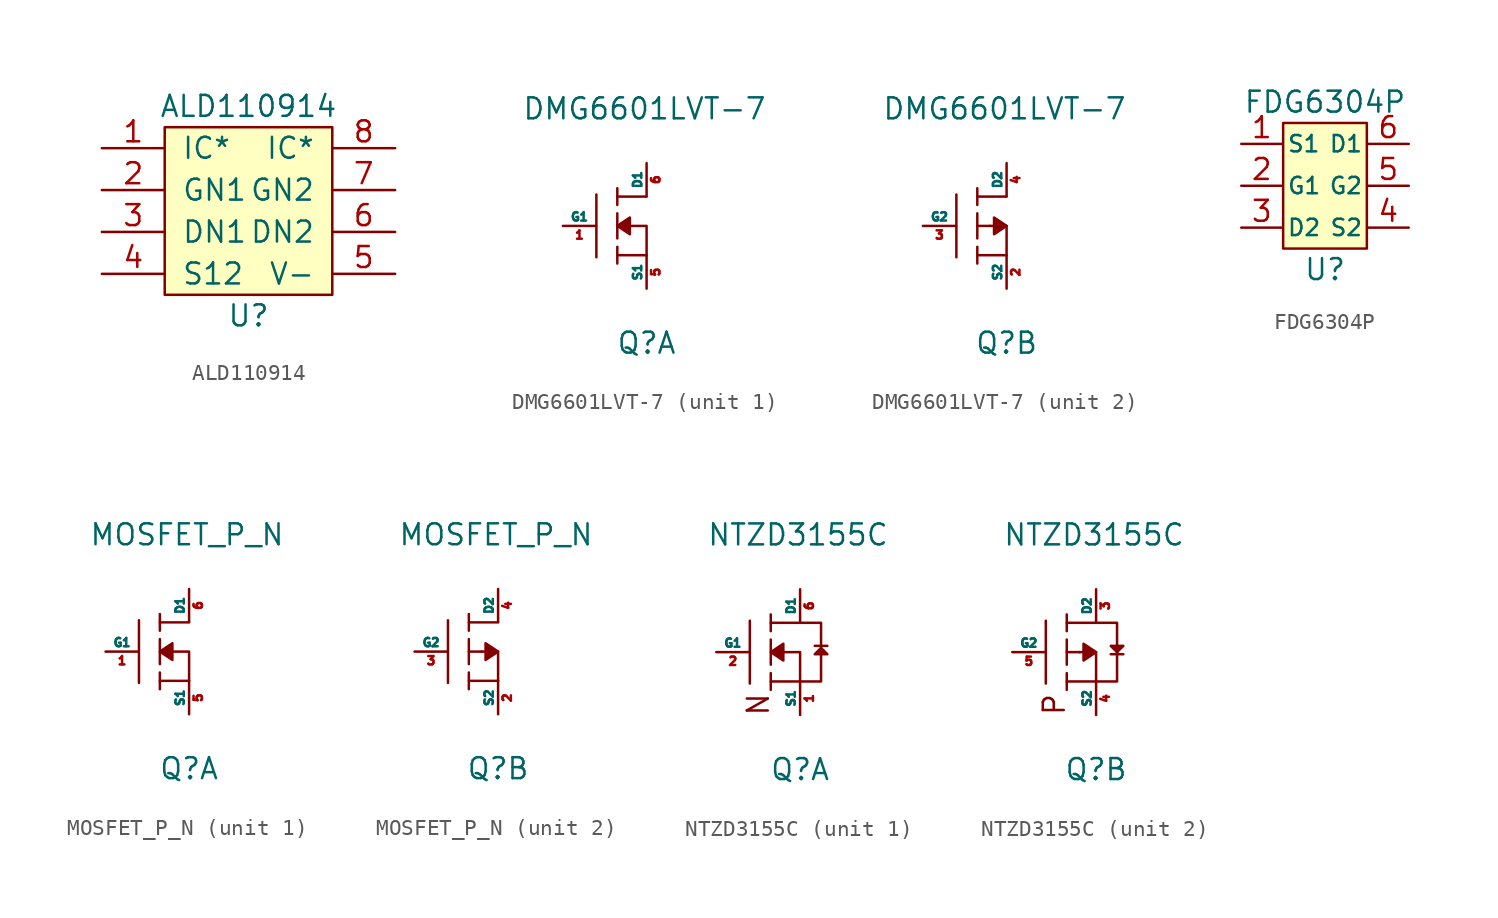
<source format=kicad_sym>
(kicad_symbol_lib
  (version 20211014)
  (generator kicad_symbol_editor)
  (symbol "ALD110914"
    (pin_names
      (offset 1.016))
    (property "Reference" "U"
      (at 0 -6.35 0)
      (effects (font (size 1.27 1.27))))
    (property "Value" "ALD110914"
      (at 0 6.35 0)
      (effects (font (size 1.27 1.27))))
    (symbol "ALD110914_0_1"
      (rectangle (start -5.08 5.08) (end 5.08 -5.08) (stroke (width 0) (type default) (color 0 0 0 0)) (fill (type background))))
    (symbol "ALD110914_1_1"
      (pin passive line (at -8.89 3.81 0) (length 3.81) (name "IC*" (effects (font (size 1.27 1.27)))) (number "1" (effects (font (size 1.27 1.27)))))
      (pin passive line (at -8.89 1.27 0) (length 3.81) (name "GN1" (effects (font (size 1.27 1.27)))) (number "2" (effects (font (size 1.27 1.27)))))
      (pin passive line (at -8.89 -1.27 0) (length 3.81) (name "DN1" (effects (font (size 1.27 1.27)))) (number "3" (effects (font (size 1.27 1.27)))))
      (pin passive line (at -8.89 -3.81 0) (length 3.81) (name "S12" (effects (font (size 1.27 1.27)))) (number "4" (effects (font (size 1.27 1.27)))))
      (pin passive line (at 8.89 -3.81 180) (length 3.81) (name "V-" (effects (font (size 1.27 1.27)))) (number "5" (effects (font (size 1.27 1.27)))))
      (pin passive line (at 8.89 -1.27 180) (length 3.81) (name "DN2" (effects (font (size 1.27 1.27)))) (number "6" (effects (font (size 1.27 1.27)))))
      (pin passive line (at 8.89 1.27 180) (length 3.81) (name "GN2" (effects (font (size 1.27 1.27)))) (number "7" (effects (font (size 1.27 1.27)))))
      (pin passive line (at 8.89 3.81 180) (length 3.81) (name "IC*" (effects (font (size 1.27 1.27)))) (number "8" (effects (font (size 1.27 1.27)))))))
  (symbol "DMG6601LVT-7"
    (pin_names
      (offset 0))
    (property "Reference" "Q"
      (at 0 -7.112 0)
      (effects (font (size 1.27 1.27))))
    (property "Value" "DMG6601LVT-7"
      (at -0.127 7.112 0)
      (effects (font (size 1.27 1.27))))
    (symbol "DMG6601LVT-7_0_1"
      (polyline (pts (xy -3.048 1.905) (xy -3.048 -1.905)) (stroke (width 0) (type default) (color 0 0 0 0)) (fill (type none)))
      (polyline (pts (xy -1.778 -1.27) (xy -1.778 -2.286)) (stroke (width 0) (type default) (color 0 0 0 0)) (fill (type none)))
      (polyline (pts (xy -1.778 0.762) (xy -1.778 -0.762)) (stroke (width 0) (type default) (color 0 0 0 0)) (fill (type none)))
      (polyline (pts (xy -1.778 1.27) (xy -1.778 2.286)) (stroke (width 0) (type default) (color 0 0 0 0)) (fill (type none)))
      (polyline (pts (xy 0 -1.778) (xy -1.778 -1.778)) (stroke (width 0) (type default) (color 0 0 0 0)) (fill (type none)))
      (polyline (pts (xy 0 1.778) (xy -1.778 1.778)) (stroke (width 0) (type default) (color 0 0 0 0)) (fill (type none)))
      (polyline (pts (xy -1.016 0) (xy 0 0) (xy 0 -1.778)) (stroke (width 0) (type default) (color 0 0 0 0)) (fill (type none))))
    (symbol "DMG6601LVT-7_1_1"
      (polyline (pts (xy -1.778 0) (xy -1.016 0.508) (xy -1.016 -0.508) (xy -1.778 0)) (stroke (width 0) (type default) (color 0 0 0 0)) (fill (type outline)))
      (pin input line (at -5.08 0 0) (length 2.007) (name "G1" (effects (font (size 0.508 0.508)))) (number "1" (effects (font (size 0.508 0.508)))))
      (pin passive line (at 0 -3.81 90) (length 2.007) (name "S1" (effects (font (size 0.508 0.508)))) (number "5" (effects (font (size 0.508 0.508)))))
      (pin passive line (at 0 3.81 270) (length 2.007) (name "D1" (effects (font (size 0.508 0.508)))) (number "6" (effects (font (size 0.508 0.508))))))
    (symbol "DMG6601LVT-7_2_1"
      (polyline (pts (xy -1.016 0) (xy -1.778 0)) (stroke (width 0) (type default) (color 0 0 0 0)) (fill (type none)))
      (polyline (pts (xy 0 0) (xy -0.762 0.508) (xy -0.762 -0.508) (xy 0 0)) (stroke (width 0) (type default) (color 0 0 0 0)) (fill (type outline)))
      (pin passive line (at 0 -3.81 90) (length 2.007) (name "S2" (effects (font (size 0.508 0.508)))) (number "2" (effects (font (size 0.508 0.508)))))
      (pin input line (at -5.08 0 0) (length 2.007) (name "G2" (effects (font (size 0.508 0.508)))) (number "3" (effects (font (size 0.508 0.508)))))
      (pin passive line (at 0 3.81 270) (length 2.007) (name "D2" (effects (font (size 0.508 0.508)))) (number "4" (effects (font (size 0.508 0.508)))))))
  (symbol "FDG6304P"
    (pin_names
      (offset 0.254))
    (property "Reference" "U"
      (at 0 -5.08 0)
      (effects (font (size 1.27 1.27))))
    (property "Value" "FDG6304P"
      (at 0 5.08 0)
      (effects (font (size 1.27 1.27))))
    (symbol "FDG6304P_0_1"
      (rectangle (start -2.54 3.81) (end 2.54 -3.81) (stroke (width 0) (type default) (color 0 0 0 0)) (fill (type background))))
    (symbol "FDG6304P_1_1"
      (pin passive line (at -5.08 2.54 0) (length 2.489) (name "S1" (effects (font (size 0.991 0.991)))) (number "1" (effects (font (size 1.27 1.27)))))
      (pin passive line (at -5.08 0 0) (length 2.489) (name "G1" (effects (font (size 0.991 0.991)))) (number "2" (effects (font (size 1.27 1.27)))))
      (pin passive line (at -5.08 -2.54 0) (length 2.489) (name "D2" (effects (font (size 0.991 0.991)))) (number "3" (effects (font (size 1.27 1.27)))))
      (pin passive line (at 5.08 -2.54 180) (length 2.489) (name "S2" (effects (font (size 0.991 0.991)))) (number "4" (effects (font (size 1.27 1.27)))))
      (pin passive line (at 5.08 0 180) (length 2.489) (name "G2" (effects (font (size 0.991 0.991)))) (number "5" (effects (font (size 1.27 1.27)))))
      (pin passive line (at 5.08 2.54 180) (length 2.489) (name "D1" (effects (font (size 0.991 0.991)))) (number "6" (effects (font (size 1.27 1.27)))))))
  (symbol "MOSFET_P_N"
    (pin_names
      (offset 0))
    (property "Reference" "Q"
      (at 0 -7.112 0)
      (effects (font (size 1.27 1.27))))
    (property "Value" "MOSFET_P_N"
      (at -0.127 7.112 0)
      (effects (font (size 1.27 1.27))))
    (symbol "MOSFET_P_N_0_1"
      (polyline (pts (xy -3.048 1.905) (xy -3.048 -1.905)) (stroke (width 0) (type default) (color 0 0 0 0)) (fill (type none)))
      (polyline (pts (xy -1.778 -1.27) (xy -1.778 -2.286)) (stroke (width 0) (type default) (color 0 0 0 0)) (fill (type none)))
      (polyline (pts (xy -1.778 0.762) (xy -1.778 -0.762)) (stroke (width 0) (type default) (color 0 0 0 0)) (fill (type none)))
      (polyline (pts (xy -1.778 1.27) (xy -1.778 2.286)) (stroke (width 0) (type default) (color 0 0 0 0)) (fill (type none)))
      (polyline (pts (xy 0 -1.778) (xy -1.778 -1.778)) (stroke (width 0) (type default) (color 0 0 0 0)) (fill (type none)))
      (polyline (pts (xy 0 1.778) (xy -1.778 1.778)) (stroke (width 0) (type default) (color 0 0 0 0)) (fill (type none)))
      (polyline (pts (xy -1.016 0) (xy 0 0) (xy 0 -1.778)) (stroke (width 0) (type default) (color 0 0 0 0)) (fill (type none))))
    (symbol "MOSFET_P_N_1_1"
      (polyline (pts (xy -1.778 0) (xy -1.016 0.508) (xy -1.016 -0.508) (xy -1.778 0)) (stroke (width 0) (type default) (color 0 0 0 0)) (fill (type outline)))
      (pin input line (at -5.08 0 0) (length 2.007) (name "G1" (effects (font (size 0.508 0.508)))) (number "1" (effects (font (size 0.508 0.508)))))
      (pin passive line (at 0 -3.81 90) (length 2.007) (name "S1" (effects (font (size 0.508 0.508)))) (number "5" (effects (font (size 0.508 0.508)))))
      (pin passive line (at 0 3.81 270) (length 2.007) (name "D1" (effects (font (size 0.508 0.508)))) (number "6" (effects (font (size 0.508 0.508))))))
    (symbol "MOSFET_P_N_2_1"
      (polyline (pts (xy -1.016 0) (xy -1.778 0)) (stroke (width 0) (type default) (color 0 0 0 0)) (fill (type none)))
      (polyline (pts (xy 0 0) (xy -0.762 0.508) (xy -0.762 -0.508) (xy 0 0)) (stroke (width 0) (type default) (color 0 0 0 0)) (fill (type outline)))
      (pin passive line (at 0 -3.81 90) (length 2.007) (name "S2" (effects (font (size 0.508 0.508)))) (number "2" (effects (font (size 0.508 0.508)))))
      (pin input line (at -5.08 0 0) (length 2.007) (name "G2" (effects (font (size 0.508 0.508)))) (number "3" (effects (font (size 0.508 0.508)))))
      (pin passive line (at 0 3.81 270) (length 2.007) (name "D2" (effects (font (size 0.508 0.508)))) (number "4" (effects (font (size 0.508 0.508)))))))
  (symbol "NTZD3155C"
    (pin_names
      (offset 0))
    (property "Reference" "Q"
      (at 0 -7.112 0)
      (effects (font (size 1.27 1.27))))
    (property "Value" "NTZD3155C"
      (at -0.127 7.112 0)
      (effects (font (size 1.27 1.27))))
    (symbol "NTZD3155C_0_1"
      (polyline (pts (xy -3.048 1.905) (xy -3.048 -1.905)) (stroke (width 0) (type default) (color 0 0 0 0)) (fill (type none)))
      (polyline (pts (xy -1.778 -1.27) (xy -1.778 -2.286)) (stroke (width 0) (type default) (color 0 0 0 0)) (fill (type none)))
      (polyline (pts (xy -1.778 0.762) (xy -1.778 -0.762)) (stroke (width 0) (type default) (color 0 0 0 0)) (fill (type none)))
      (polyline (pts (xy -1.778 1.27) (xy -1.778 2.286)) (stroke (width 0) (type default) (color 0 0 0 0)) (fill (type none)))
      (polyline (pts (xy 0 -1.778) (xy -1.778 -1.778)) (stroke (width 0) (type default) (color 0 0 0 0)) (fill (type none)))
      (polyline (pts (xy 0 1.778) (xy -1.778 1.778)) (stroke (width 0) (type default) (color 0 0 0 0)) (fill (type none)))
      (polyline (pts (xy -1.016 0) (xy 0 0) (xy 0 -1.778)) (stroke (width 0) (type default) (color 0 0 0 0)) (fill (type none)))
      (polyline (pts (xy 0 1.778) (xy 1.27 1.778) (xy 1.27 -1.778) (xy 0 -1.778)) (stroke (width 0) (type default) (color 0 0 0 0)) (fill (type none))))
    (symbol "NTZD3155C_1_1"
      (polyline (pts (xy 1.143 0) (xy 1.397 0)) (stroke (width 0) (type default) (color 0 0 0 0)) (fill (type none)))
      (polyline (pts (xy 1.651 0.381) (xy 0.889 0.381)) (stroke (width 0) (type default) (color 0 0 0 0)) (fill (type none)))
      (polyline (pts (xy -1.778 0) (xy -1.016 0.508) (xy -1.016 -0.508) (xy -1.778 0)) (stroke (width 0) (type default) (color 0 0 0 0)) (fill (type outline)))
      (polyline (pts (xy 1.27 0.254) (xy 1.651 -0.127) (xy 0.889 -0.127) (xy 1.27 0.254)) (stroke (width 0) (type default) (color 0 0 0 0)) (fill (type none)))
      (text "N" (at -2.54 -3.175 900) (effects (font (size 1.27 1.27))))
      (pin passive line (at 0 -3.81 90) (length 2.007) (name "S1" (effects (font (size 0.508 0.508)))) (number "1" (effects (font (size 0.508 0.508)))))
      (pin input line (at -5.08 0 0) (length 2.007) (name "G1" (effects (font (size 0.508 0.508)))) (number "2" (effects (font (size 0.508 0.508)))))
      (pin passive line (at 0 3.81 270) (length 2.007) (name "D1" (effects (font (size 0.508 0.508)))) (number "6" (effects (font (size 0.508 0.508))))))
    (symbol "NTZD3155C_2_1"
      (polyline (pts (xy -1.016 0) (xy -1.778 0)) (stroke (width 0) (type default) (color 0 0 0 0)) (fill (type none)))
      (polyline (pts (xy 0.889 -0.127) (xy 1.651 -0.127)) (stroke (width 0) (type default) (color 0 0 0 0)) (fill (type none)))
      (polyline (pts (xy 1.397 0.254) (xy 1.143 0.254)) (stroke (width 0) (type default) (color 0 0 0 0)) (fill (type none)))
      (polyline (pts (xy 0 0) (xy -0.762 0.508) (xy -0.762 -0.508) (xy 0 0)) (stroke (width 0) (type default) (color 0 0 0 0)) (fill (type outline)))
      (polyline (pts (xy 1.27 0) (xy 0.889 0.381) (xy 1.651 0.381) (xy 1.27 0)) (stroke (width 0) (type default) (color 0 0 0 0)) (fill (type none)))
      (text "P" (at -2.54 -3.175 900) (effects (font (size 1.27 1.27))))
      (pin passive line (at 0 3.81 270) (length 2.007) (name "D2" (effects (font (size 0.508 0.508)))) (number "3" (effects (font (size 0.508 0.508)))))
      (pin passive line (at 0 -3.81 90) (length 2.007) (name "S2" (effects (font (size 0.508 0.508)))) (number "4" (effects (font (size 0.508 0.508)))))
      (pin input line (at -5.08 0 0) (length 2.007) (name "G2" (effects (font (size 0.508 0.508)))) (number "5" (effects (font (size 0.508 0.508))))))))
</source>
